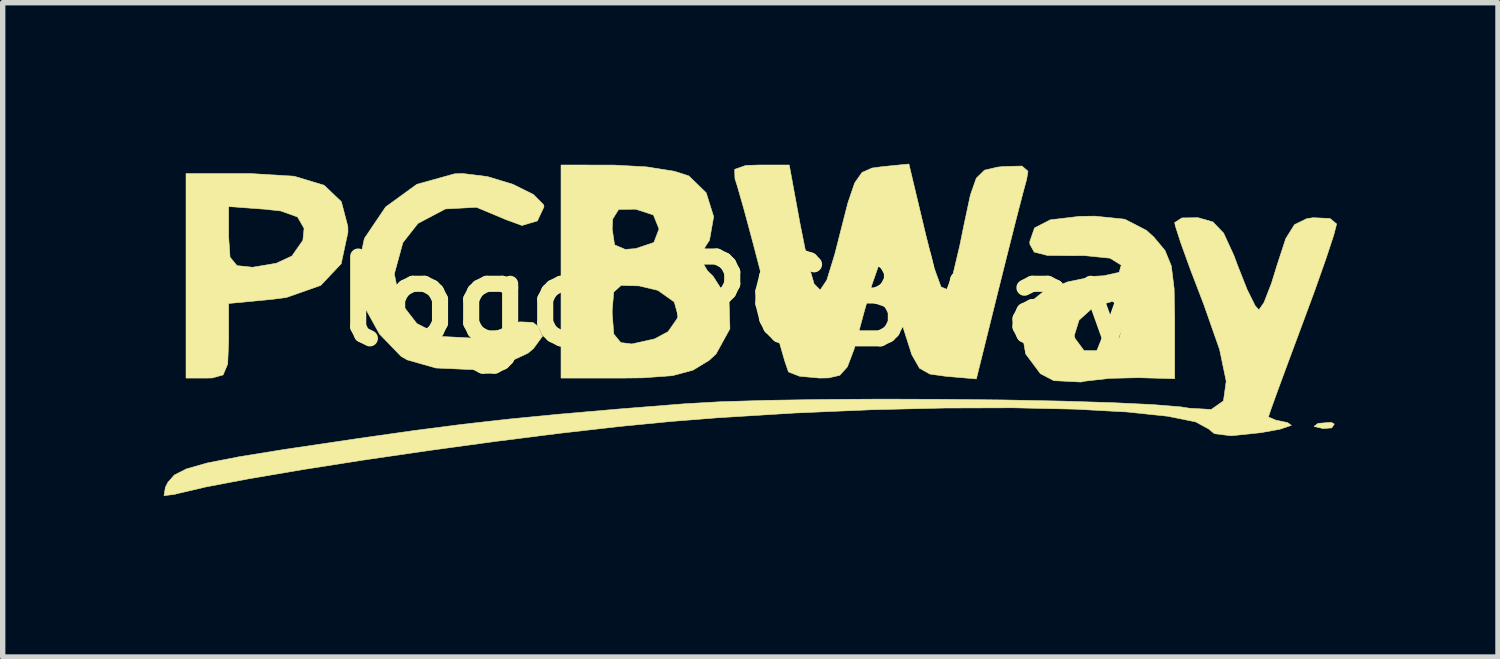
<source format=kicad_pcb>
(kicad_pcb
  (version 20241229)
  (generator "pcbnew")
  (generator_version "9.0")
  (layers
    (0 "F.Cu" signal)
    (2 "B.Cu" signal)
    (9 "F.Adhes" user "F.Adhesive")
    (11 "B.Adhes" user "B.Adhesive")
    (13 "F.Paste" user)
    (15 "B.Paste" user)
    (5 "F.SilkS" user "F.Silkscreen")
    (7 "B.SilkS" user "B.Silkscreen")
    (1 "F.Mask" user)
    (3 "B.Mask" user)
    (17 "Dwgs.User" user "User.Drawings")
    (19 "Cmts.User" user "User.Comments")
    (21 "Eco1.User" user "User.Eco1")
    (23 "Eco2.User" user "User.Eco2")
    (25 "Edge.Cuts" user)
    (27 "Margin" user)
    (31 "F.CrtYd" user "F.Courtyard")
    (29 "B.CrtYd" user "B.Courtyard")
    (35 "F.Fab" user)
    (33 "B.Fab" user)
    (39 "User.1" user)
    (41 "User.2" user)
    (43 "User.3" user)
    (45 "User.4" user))
  (footprint "logo PCBWay"
    (layer "F.Cu")
    (at 10.734 2.563)
    (property "Reference" "logo PCBWay" (at 0 0 0) (layer "F.SilkS") (effects (font (size 1.524 1.524) (thickness 0.3))))
    (attr through_hole)
    (fp_poly (pts (xy 11.07 2.285) (xy 11.022 2.357) (xy 10.861 2.369) (xy 10.692 2.33) (xy 10.765 2.273) (xy 11.013 2.254) (xy 11.07 2.285)) (stroke (width 0.01) (type solid)) (fill yes) (layer "F.SilkS"))
    (fp_poly (pts (xy -8.303 -2.33) (xy -7.747 -2.162) (xy -7.426 -1.857) (xy -7.305 -1.395) (xy -7.303 -1.288) (xy -7.429 -0.7) (xy -7.81 -0.297) (xy -8.45 -0.072) (xy -8.702 -0.039) (xy -9.525 0.04) (xy -9.525 0.735) (xy -9.543 1.167) (xy -9.628 1.37) (xy -9.831 1.427) (xy -9.922 1.429) (xy -10.319 1.429) (xy -10.319 -1.2) (xy -9.525 -1.2) (xy -9.499 -0.822) (xy -9.369 -0.665) (xy -9.079 -0.635) (xy -8.639 -0.709) (xy -8.347 -0.844) (xy -8.142 -1.137) (xy -8.12 -1.36) (xy -8.242 -1.572) (xy -8.554 -1.683) (xy -8.852 -1.716) (xy -9.525 -1.765) (xy -9.525 -1.2) (xy -10.319 -1.2) (xy -10.319 -2.381) (xy -9.128 -2.381) (xy -8.303 -2.33)) (stroke (width 0.01) (type solid)) (fill yes) (layer "F.SilkS"))
    (fp_poly (pts (xy -4.704 -2.324) (xy -4.23 -2.18) (xy -3.848 -1.99) (xy -3.657 -1.797) (xy -3.651 -1.762) (xy -3.774 -1.499) (xy -4.061 -1.413) (xy -4.357 -1.521) (xy -4.909 -1.752) (xy -5.489 -1.721) (xy -5.999 -1.451) (xy -6.28 -1.093) (xy -6.439 -0.511) (xy -6.335 0.007) (xy -6.02 0.413) (xy -5.549 0.655) (xy -4.974 0.685) (xy -4.519 0.543) (xy -4.108 0.382) (xy -3.86 0.392) (xy -3.761 0.465) (xy -3.681 0.652) (xy -3.846 0.877) (xy -3.947 0.964) (xy -4.403 1.176) (xy -5.02 1.27) (xy -5.664 1.242) (xy -6.2 1.09) (xy -6.316 1.022) (xy -6.715 0.609) (xy -7.019 0.06) (xy -7.144 -0.473) (xy -7.144 -0.484) (xy -6.997 -1.171) (xy -6.601 -1.758) (xy -6.02 -2.18) (xy -5.32 -2.375) (xy -5.167 -2.381) (xy -4.704 -2.324)) (stroke (width 0.01) (type solid)) (fill yes) (layer "F.SilkS"))
    (fp_poly (pts (xy 7.168 -1.529) (xy 7.571 -1.321) (xy 7.707 -1.198) (xy 7.916 -0.948) (xy 8.034 -0.66) (xy 8.086 -0.237) (xy 8.096 0.317) (xy 8.096 1.441) (xy 7.422 1.422) (xy 6.891 1.434) (xy 6.428 1.486) (xy 6.35 1.503) (xy 5.845 1.477) (xy 5.596 1.348) (xy 5.321 0.98) (xy 5.261 0.636) (xy 6.226 0.636) (xy 6.24 0.691) (xy 6.407 0.917) (xy 6.702 0.919) (xy 6.893 0.856) (xy 7.071 0.668) (xy 7.139 0.372) (xy 7.09 0.104) (xy 6.936 0) (xy 6.586 0.105) (xy 6.315 0.351) (xy 6.226 0.636) (xy 5.261 0.636) (xy 5.236 0.493) (xy 5.363 0.05) (xy 5.641 -0.173) (xy 6.101 -0.362) (xy 6.611 -0.468) (xy 6.77 -0.476) (xy 7.062 -0.54) (xy 7.101 -0.675) (xy 6.892 -0.804) (xy 6.403 -0.853) (xy 6.214 -0.851) (xy 5.726 -0.855) (xy 5.48 -0.918) (xy 5.4 -1.061) (xy 5.397 -1.112) (xy 5.486 -1.368) (xy 5.78 -1.519) (xy 6.324 -1.583) (xy 6.608 -1.587) (xy 7.168 -1.529)) (stroke (width 0.01) (type solid)) (fill yes) (layer "F.SilkS"))
    (fp_poly (pts (xy -2.342 -2.538) (xy -1.743 -2.505) (xy -1.22 -2.422) (xy -0.953 -2.336) (xy -0.63 -2.022) (xy -0.491 -1.577) (xy -0.568 -1.139) (xy -0.648 -1.017) (xy -0.743 -0.803) (xy -0.608 -0.571) (xy -0.5 -0.465) (xy -0.204 -0.002) (xy -0.188 0.511) (xy -0.447 0.981) (xy -0.577 1.1) (xy -0.877 1.282) (xy -1.257 1.384) (xy -1.814 1.425) (xy -2.165 1.429) (xy -3.334 1.429) (xy -3.334 0.228) (xy -2.381 0.228) (xy -2.351 0.61) (xy -2.221 0.768) (xy -2.015 0.794) (xy -1.59 0.699) (xy -1.34 0.565) (xy -1.148 0.289) (xy -1.225 0.011) (xy -1.531 -0.205) (xy -1.881 -0.288) (xy -2.214 -0.297) (xy -2.352 -0.174) (xy -2.381 0.167) (xy -2.381 0.228) (xy -3.334 0.228) (xy -3.334 -1.349) (xy -2.381 -1.349) (xy -2.337 -1.052) (xy -2.138 -0.968) (xy -1.945 -0.982) (xy -1.604 -1.097) (xy -1.508 -1.349) (xy -1.613 -1.609) (xy -1.945 -1.717) (xy -2.261 -1.711) (xy -2.372 -1.533) (xy -2.381 -1.349) (xy -3.334 -1.349) (xy -3.334 -2.54) (xy -2.342 -2.538)) (stroke (width 0.01) (type solid)) (fill yes) (layer "F.SilkS"))
    (fp_poly (pts (xy 3.46 -1.239) (xy 3.62 -0.609) (xy 3.744 -0.269) (xy 3.851 -0.224) (xy 3.961 -0.48) (xy 4.094 -1.041) (xy 4.173 -1.429) (xy 4.291 -1.981) (xy 4.401 -2.294) (xy 4.553 -2.443) (xy 4.796 -2.5) (xy 4.902 -2.511) (xy 5.252 -2.52) (xy 5.364 -2.424) (xy 5.339 -2.273) (xy 5.267 -2.007) (xy 5.138 -1.508) (xy 4.973 -0.854) (xy 4.827 -0.27) (xy 4.402 1.445) (xy 3.842 1.397) (xy 3.537 1.355) (xy 3.343 1.245) (xy 3.2 0.994) (xy 3.052 0.531) (xy 2.997 0.338) (xy 2.842 -0.188) (xy 2.714 -0.578) (xy 2.642 -0.745) (xy 2.572 -0.639) (xy 2.452 -0.295) (xy 2.306 0.217) (xy 2.282 0.307) (xy 2.127 0.884) (xy 2.001 1.219) (xy 1.857 1.378) (xy 1.649 1.426) (xy 1.482 1.429) (xy 1.109 1.395) (xy 0.904 1.315) (xy 0.901 1.31) (xy 0.834 1.115) (xy 0.71 0.682) (xy 0.547 0.082) (xy 0.417 -0.418) (xy 0.235 -1.115) (xy 0.074 -1.713) (xy -0.047 -2.136) (xy -0.094 -2.284) (xy -0.1 -2.458) (xy 0.107 -2.531) (xy 0.362 -2.54) (xy 0.917 -2.54) (xy 1.114 -1.468) (xy 1.259 -0.742) (xy 1.38 -0.325) (xy 1.494 -0.212) (xy 1.617 -0.396) (xy 1.764 -0.873) (xy 1.85 -1.211) (xy 2.008 -1.83) (xy 2.135 -2.204) (xy 2.272 -2.4) (xy 2.458 -2.483) (xy 2.652 -2.509) (xy 3.146 -2.558) (xy 3.46 -1.239)) (stroke (width 0.01) (type solid)) (fill yes) (layer "F.SilkS"))
    (fp_poly (pts (xy 10.991 -1.543) (xy 11.113 -1.441) (xy 11.059 -1.233) (xy 10.915 -0.796) (xy 10.703 -0.195) (xy 10.477 0.416) (xy 10.226 1.091) (xy 10.021 1.646) (xy 9.886 2.021) (xy 9.842 2.154) (xy 9.977 2.212) (xy 10.2 2.259) (xy 10.269 2.31) (xy 10.057 2.382) (xy 9.704 2.446) (xy 9.148 2.504) (xy 8.836 2.465) (xy 8.729 2.377) (xy 8.487 2.245) (xy 7.966 2.14) (xy 7.202 2.06) (xy 6.231 2.008) (xy 5.09 1.983) (xy 3.816 1.987) (xy 2.446 2.019) (xy 1.015 2.08) (xy -0.438 2.17) (xy -1.27 2.236) (xy -2.247 2.331) (xy -3.368 2.459) (xy -4.578 2.612) (xy -5.818 2.782) (xy -7.032 2.959) (xy -8.163 3.137) (xy -9.155 3.306) (xy -9.95 3.457) (xy -10.492 3.584) (xy -10.531 3.595) (xy -10.729 3.62) (xy -10.703 3.462) (xy -10.656 3.37) (xy -10.537 3.235) (xy -10.309 3.12) (xy -9.921 3.01) (xy -9.325 2.894) (xy -8.47 2.756) (xy -8.301 2.731) (xy -7.08 2.55) (xy -6.064 2.406) (xy -5.165 2.29) (xy -4.295 2.192) (xy -3.368 2.102) (xy -2.297 2.009) (xy -1.032 1.908) (xy -0.363 1.87) (xy 0.508 1.844) (xy 1.527 1.828) (xy 2.639 1.821) (xy 3.79 1.825) (xy 4.925 1.837) (xy 5.989 1.858) (xy 6.928 1.887) (xy 7.686 1.923) (xy 8.211 1.966) (xy 8.372 1.991) (xy 8.778 2.014) (xy 9.005 1.854) (xy 9.056 1.488) (xy 8.933 0.897) (xy 8.639 0.058) (xy 8.626 0.024) (xy 8.392 -0.586) (xy 8.211 -1.087) (xy 8.109 -1.403) (xy 8.096 -1.467) (xy 8.231 -1.554) (xy 8.532 -1.558) (xy 8.807 -1.48) (xy 9.008 -1.271) (xy 9.2 -0.853) (xy 9.266 -0.675) (xy 9.446 -0.219) (xy 9.597 0.084) (xy 9.666 0.159) (xy 9.761 0.02) (xy 9.9 -0.338) (xy 10.004 -0.675) (xy 10.165 -1.168) (xy 10.328 -1.429) (xy 10.554 -1.539) (xy 10.676 -1.558) (xy 10.991 -1.543)) (stroke (width 0.01) (type solid)) (fill yes) (layer "F.SilkS")))
  (gr_rect
    (start -3 -3)
    (end 24.852 9.188)
    (stroke (width 0.1) (type default))
    (fill no)
    (layer "Edge.Cuts")))
</source>
